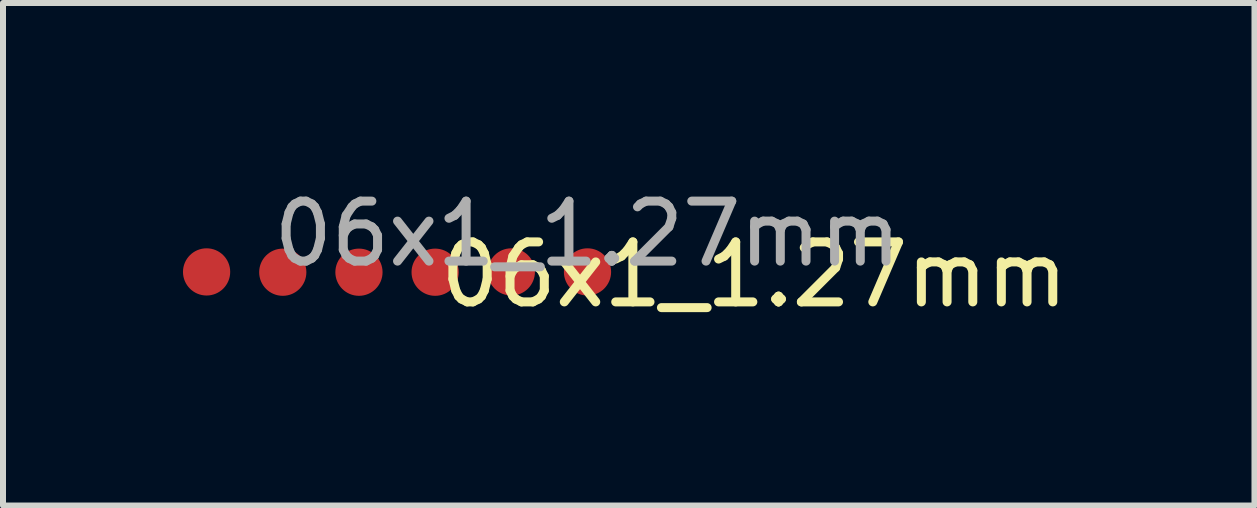
<source format=kicad_pcb>
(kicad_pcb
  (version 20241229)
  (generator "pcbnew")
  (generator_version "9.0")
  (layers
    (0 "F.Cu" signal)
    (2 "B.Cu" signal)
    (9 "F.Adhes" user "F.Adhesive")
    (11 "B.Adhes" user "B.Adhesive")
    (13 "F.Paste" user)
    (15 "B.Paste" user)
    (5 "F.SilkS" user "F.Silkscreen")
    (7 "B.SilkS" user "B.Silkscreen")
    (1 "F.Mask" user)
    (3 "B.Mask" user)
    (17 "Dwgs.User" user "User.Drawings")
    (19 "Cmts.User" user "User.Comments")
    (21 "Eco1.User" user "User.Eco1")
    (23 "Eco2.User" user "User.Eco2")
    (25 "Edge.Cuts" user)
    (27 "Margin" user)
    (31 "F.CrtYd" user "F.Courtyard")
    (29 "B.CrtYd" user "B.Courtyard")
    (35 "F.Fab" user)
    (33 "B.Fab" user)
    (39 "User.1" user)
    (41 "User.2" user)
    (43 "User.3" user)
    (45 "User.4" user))
  (footprint "06x1_1.27mm"
    (layer "F.Cu")
    (at 6.744 0.848)
    (property "Reference" "06x1_1.27mm" (at 2.78 0.68 180) (layer "F.SilkS") (effects (font (size 1 1) (thickness 0.15))))
    (attr smd exclude_from_pos_files exclude_from_bom)
    (fp_text user "${REFERENCE}" (at 0 0 180) (layer "F.Fab") (effects (font (size 1 1) (thickness 0.15))))
    (pad "1" connect circle (at -2.54 0.64) (size 0.787 0.787) (layers "F.Cu" "F.Mask"))
    (pad "2" connect circle (at -5.08 0.64) (size 0.787 0.787) (layers "F.Cu" "F.Mask"))
    (pad "3" connect circle (at -3.81 0.64) (size 0.787 0.787) (layers "F.Cu" "F.Mask"))
    (pad "4" connect circle (at -1.27 0.635) (size 0.787 0.787) (layers "F.Cu" "F.Mask"))
    (pad "5" connect circle (at 0 0.635) (size 0.787 0.787) (layers "F.Cu" "F.Mask"))
    (pad "6" connect circle (at -6.35 0.635) (size 0.787 0.787) (layers "F.Cu" "F.Mask")))
  (gr_rect
    (start -3 -3)
    (end 17.863 5.377)
    (stroke (width 0.1) (type default))
    (fill no)
    (layer "Edge.Cuts")))
</source>
